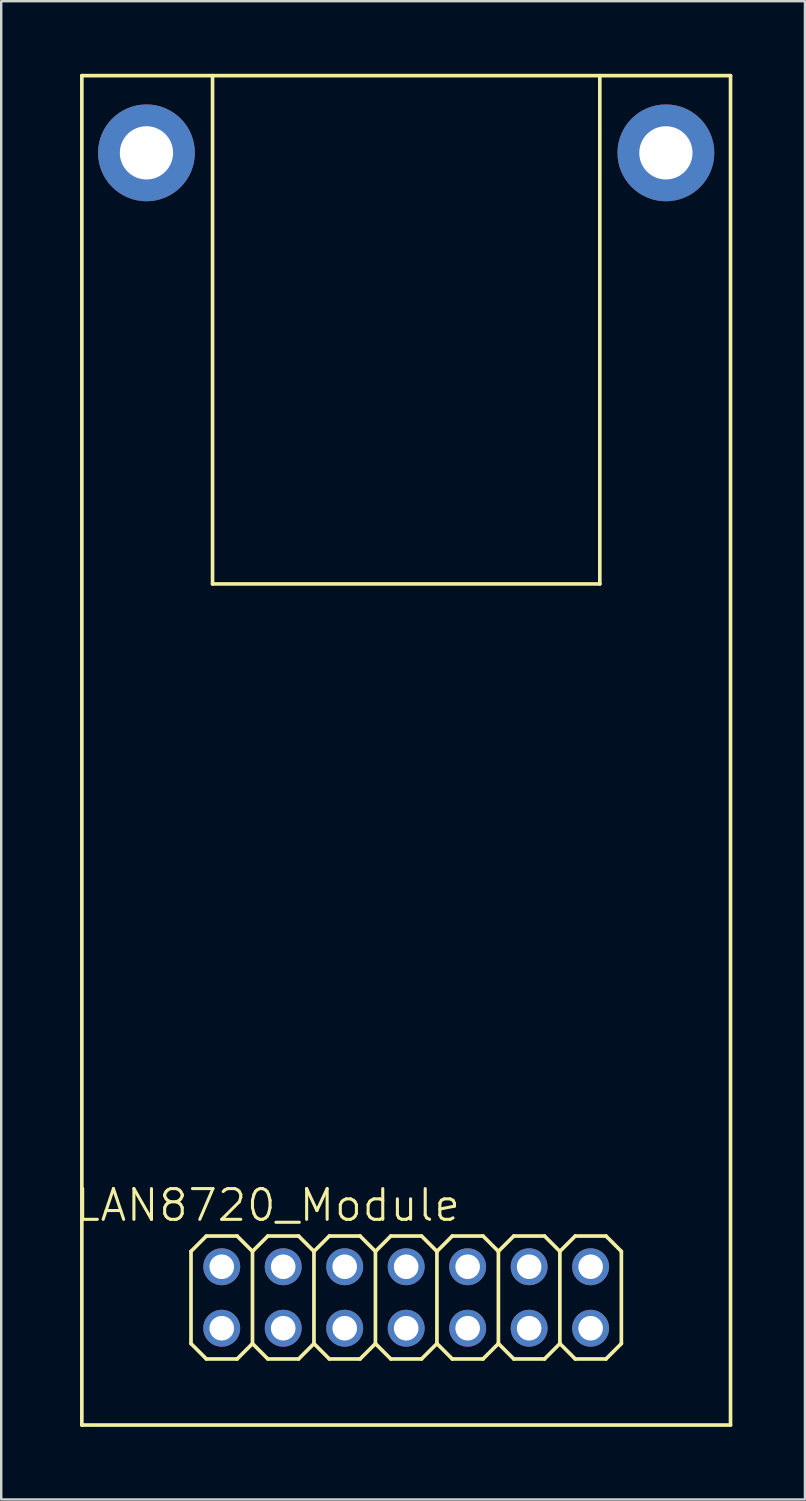
<source format=kicad_pcb>
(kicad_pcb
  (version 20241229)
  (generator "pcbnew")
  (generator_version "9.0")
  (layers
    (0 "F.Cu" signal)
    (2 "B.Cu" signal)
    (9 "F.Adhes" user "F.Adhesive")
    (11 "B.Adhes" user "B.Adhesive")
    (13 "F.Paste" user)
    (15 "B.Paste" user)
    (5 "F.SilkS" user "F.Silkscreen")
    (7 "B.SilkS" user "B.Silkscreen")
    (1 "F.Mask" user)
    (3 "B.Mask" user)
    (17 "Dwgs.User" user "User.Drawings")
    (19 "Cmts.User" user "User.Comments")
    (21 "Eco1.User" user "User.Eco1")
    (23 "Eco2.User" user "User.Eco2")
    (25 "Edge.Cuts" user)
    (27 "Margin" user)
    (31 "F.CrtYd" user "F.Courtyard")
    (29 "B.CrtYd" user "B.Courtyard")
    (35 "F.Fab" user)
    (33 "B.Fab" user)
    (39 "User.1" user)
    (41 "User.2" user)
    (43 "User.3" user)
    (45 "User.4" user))
  (footprint "LAN8720_Module"
    (layer "F.Cu")
    (at 13.731 50.555)
    (property "Reference" "LAN8720_Module" (at -5.715 -3.81 0) (layer "F.SilkS") (effects (font (size 1.27 1.27) (thickness 0.127))))
    (attr exclude_from_pos_files exclude_from_bom)
    (fp_line (start -13.4 -50.48) (end 13.4 -50.48) (stroke (width 0.15) (type solid)) (layer "F.SilkS"))
    (fp_line (start -13.4 5.27) (end -13.4 -50.48) (stroke (width 0.15) (type solid)) (layer "F.SilkS"))
    (fp_line (start -8.89 -1.905) (end -8.255 -2.54) (stroke (width 0.152) (type solid)) (layer "F.SilkS"))
    (fp_line (start -8.89 1.905) (end -8.89 -1.905) (stroke (width 0.152) (type solid)) (layer "F.SilkS"))
    (fp_line (start -8.89 1.905) (end -8.255 2.54) (stroke (width 0.152) (type solid)) (layer "F.SilkS"))
    (fp_line (start -8.255 -2.54) (end -6.985 -2.54) (stroke (width 0.152) (type solid)) (layer "F.SilkS"))
    (fp_line (start -8.255 2.54) (end -6.985 2.54) (stroke (width 0.152) (type solid)) (layer "F.SilkS"))
    (fp_line (start -8 -50.48) (end -8 -29.48) (stroke (width 0.15) (type solid)) (layer "F.SilkS"))
    (fp_line (start -8 -29.48) (end 8 -29.48) (stroke (width 0.15) (type solid)) (layer "F.SilkS"))
    (fp_line (start -6.985 -2.54) (end -6.35 -1.905) (stroke (width 0.152) (type solid)) (layer "F.SilkS"))
    (fp_line (start -6.985 2.54) (end -6.35 1.905) (stroke (width 0.152) (type solid)) (layer "F.SilkS"))
    (fp_line (start -6.35 -1.905) (end -6.35 1.905) (stroke (width 0.152) (type solid)) (layer "F.SilkS"))
    (fp_line (start -6.35 -1.905) (end -5.715 -2.54) (stroke (width 0.152) (type solid)) (layer "F.SilkS"))
    (fp_line (start -6.35 1.905) (end -5.715 2.54) (stroke (width 0.152) (type solid)) (layer "F.SilkS"))
    (fp_line (start -5.715 -2.54) (end -4.445 -2.54) (stroke (width 0.152) (type solid)) (layer "F.SilkS"))
    (fp_line (start -5.715 2.54) (end -4.445 2.54) (stroke (width 0.152) (type solid)) (layer "F.SilkS"))
    (fp_line (start -4.445 -2.54) (end -3.81 -1.905) (stroke (width 0.152) (type solid)) (layer "F.SilkS"))
    (fp_line (start -4.445 2.54) (end -3.81 1.905) (stroke (width 0.152) (type solid)) (layer "F.SilkS"))
    (fp_line (start -3.81 -1.905) (end -3.81 1.905) (stroke (width 0.152) (type solid)) (layer "F.SilkS"))
    (fp_line (start -3.81 -1.905) (end -3.175 -2.54) (stroke (width 0.152) (type solid)) (layer "F.SilkS"))
    (fp_line (start -3.81 1.905) (end -3.175 2.54) (stroke (width 0.152) (type solid)) (layer "F.SilkS"))
    (fp_line (start -3.175 -2.54) (end -1.905 -2.54) (stroke (width 0.152) (type solid)) (layer "F.SilkS"))
    (fp_line (start -3.175 2.54) (end -1.905 2.54) (stroke (width 0.152) (type solid)) (layer "F.SilkS"))
    (fp_line (start -1.905 -2.54) (end -1.27 -1.905) (stroke (width 0.152) (type solid)) (layer "F.SilkS"))
    (fp_line (start -1.905 2.54) (end -1.27 1.905) (stroke (width 0.152) (type solid)) (layer "F.SilkS"))
    (fp_line (start -1.27 -1.905) (end -1.27 1.905) (stroke (width 0.152) (type solid)) (layer "F.SilkS"))
    (fp_line (start -1.27 -1.905) (end -0.635 -2.54) (stroke (width 0.152) (type solid)) (layer "F.SilkS"))
    (fp_line (start -1.27 1.905) (end -0.635 2.54) (stroke (width 0.152) (type solid)) (layer "F.SilkS"))
    (fp_line (start -0.635 -2.54) (end 0.635 -2.54) (stroke (width 0.152) (type solid)) (layer "F.SilkS"))
    (fp_line (start -0.635 2.54) (end 0.635 2.54) (stroke (width 0.152) (type solid)) (layer "F.SilkS"))
    (fp_line (start 0.635 -2.54) (end 1.27 -1.905) (stroke (width 0.152) (type solid)) (layer "F.SilkS"))
    (fp_line (start 0.635 2.54) (end 1.27 1.905) (stroke (width 0.152) (type solid)) (layer "F.SilkS"))
    (fp_line (start 1.27 -1.905) (end 1.27 1.905) (stroke (width 0.152) (type solid)) (layer "F.SilkS"))
    (fp_line (start 1.27 -1.905) (end 1.905 -2.54) (stroke (width 0.152) (type solid)) (layer "F.SilkS"))
    (fp_line (start 1.27 1.905) (end 1.905 2.54) (stroke (width 0.152) (type solid)) (layer "F.SilkS"))
    (fp_line (start 1.905 -2.54) (end 3.175 -2.54) (stroke (width 0.152) (type solid)) (layer "F.SilkS"))
    (fp_line (start 1.905 2.54) (end 3.175 2.54) (stroke (width 0.152) (type solid)) (layer "F.SilkS"))
    (fp_line (start 3.175 -2.54) (end 3.81 -1.905) (stroke (width 0.152) (type solid)) (layer "F.SilkS"))
    (fp_line (start 3.175 2.54) (end 3.81 1.905) (stroke (width 0.152) (type solid)) (layer "F.SilkS"))
    (fp_line (start 3.81 -1.905) (end 3.81 1.905) (stroke (width 0.152) (type solid)) (layer "F.SilkS"))
    (fp_line (start 3.81 -1.905) (end 4.445 -2.54) (stroke (width 0.152) (type solid)) (layer "F.SilkS"))
    (fp_line (start 3.81 1.905) (end 4.445 2.54) (stroke (width 0.152) (type solid)) (layer "F.SilkS"))
    (fp_line (start 4.445 -2.54) (end 5.715 -2.54) (stroke (width 0.152) (type solid)) (layer "F.SilkS"))
    (fp_line (start 4.445 2.54) (end 5.715 2.54) (stroke (width 0.152) (type solid)) (layer "F.SilkS"))
    (fp_line (start 5.715 -2.54) (end 6.35 -1.905) (stroke (width 0.152) (type solid)) (layer "F.SilkS"))
    (fp_line (start 5.715 2.54) (end 6.35 1.905) (stroke (width 0.152) (type solid)) (layer "F.SilkS"))
    (fp_line (start 6.35 -1.905) (end 6.35 1.905) (stroke (width 0.152) (type solid)) (layer "F.SilkS"))
    (fp_line (start 6.35 -1.905) (end 6.985 -2.54) (stroke (width 0.152) (type solid)) (layer "F.SilkS"))
    (fp_line (start 6.35 1.905) (end 6.985 2.54) (stroke (width 0.152) (type solid)) (layer "F.SilkS"))
    (fp_line (start 6.985 -2.54) (end 8.255 -2.54) (stroke (width 0.152) (type solid)) (layer "F.SilkS"))
    (fp_line (start 6.985 2.54) (end 8.255 2.54) (stroke (width 0.152) (type solid)) (layer "F.SilkS"))
    (fp_line (start 8 -50.48) (end 8 -29.48) (stroke (width 0.15) (type solid)) (layer "F.SilkS"))
    (fp_line (start 8.255 -2.54) (end 8.89 -1.905) (stroke (width 0.152) (type solid)) (layer "F.SilkS"))
    (fp_line (start 8.255 2.54) (end 8.89 1.905) (stroke (width 0.152) (type solid)) (layer "F.SilkS"))
    (fp_line (start 8.89 -1.905) (end 8.89 1.905) (stroke (width 0.152) (type solid)) (layer "F.SilkS"))
    (fp_line (start 13.4 -50.48) (end 13.4 5.27) (stroke (width 0.15) (type solid)) (layer "F.SilkS"))
    (fp_line (start 13.4 5.27) (end -13.4 5.27) (stroke (width 0.15) (type solid)) (layer "F.SilkS"))
    (fp_line (start -7.874 -1.524) (end -7.366 -1.524) (stroke (width 0.066) (type solid)) (layer "Dwgs.User"))
    (fp_line (start -7.874 -1.016) (end -7.874 -1.524) (stroke (width 0.066) (type solid)) (layer "Dwgs.User"))
    (fp_line (start -7.874 -1.016) (end -7.366 -1.016) (stroke (width 0.066) (type solid)) (layer "Dwgs.User"))
    (fp_line (start -7.874 1.016) (end -7.366 1.016) (stroke (width 0.066) (type solid)) (layer "Dwgs.User"))
    (fp_line (start -7.874 1.524) (end -7.874 1.016) (stroke (width 0.066) (type solid)) (layer "Dwgs.User"))
    (fp_line (start -7.874 1.524) (end -7.366 1.524) (stroke (width 0.066) (type solid)) (layer "Dwgs.User"))
    (fp_line (start -7.366 -1.016) (end -7.366 -1.524) (stroke (width 0.066) (type solid)) (layer "Dwgs.User"))
    (fp_line (start -7.366 1.524) (end -7.366 1.016) (stroke (width 0.066) (type solid)) (layer "Dwgs.User"))
    (fp_line (start -5.334 -1.524) (end -4.826 -1.524) (stroke (width 0.066) (type solid)) (layer "Dwgs.User"))
    (fp_line (start -5.334 -1.016) (end -5.334 -1.524) (stroke (width 0.066) (type solid)) (layer "Dwgs.User"))
    (fp_line (start -5.334 -1.016) (end -4.826 -1.016) (stroke (width 0.066) (type solid)) (layer "Dwgs.User"))
    (fp_line (start -5.334 1.016) (end -4.826 1.016) (stroke (width 0.066) (type solid)) (layer "Dwgs.User"))
    (fp_line (start -5.334 1.524) (end -5.334 1.016) (stroke (width 0.066) (type solid)) (layer "Dwgs.User"))
    (fp_line (start -5.334 1.524) (end -4.826 1.524) (stroke (width 0.066) (type solid)) (layer "Dwgs.User"))
    (fp_line (start -4.826 -1.016) (end -4.826 -1.524) (stroke (width 0.066) (type solid)) (layer "Dwgs.User"))
    (fp_line (start -4.826 1.524) (end -4.826 1.016) (stroke (width 0.066) (type solid)) (layer "Dwgs.User"))
    (fp_line (start -2.794 -1.524) (end -2.286 -1.524) (stroke (width 0.066) (type solid)) (layer "Dwgs.User"))
    (fp_line (start -2.794 -1.016) (end -2.794 -1.524) (stroke (width 0.066) (type solid)) (layer "Dwgs.User"))
    (fp_line (start -2.794 -1.016) (end -2.286 -1.016) (stroke (width 0.066) (type solid)) (layer "Dwgs.User"))
    (fp_line (start -2.794 1.016) (end -2.286 1.016) (stroke (width 0.066) (type solid)) (layer "Dwgs.User"))
    (fp_line (start -2.794 1.524) (end -2.794 1.016) (stroke (width 0.066) (type solid)) (layer "Dwgs.User"))
    (fp_line (start -2.794 1.524) (end -2.286 1.524) (stroke (width 0.066) (type solid)) (layer "Dwgs.User"))
    (fp_line (start -2.286 -1.016) (end -2.286 -1.524) (stroke (width 0.066) (type solid)) (layer "Dwgs.User"))
    (fp_line (start -2.286 1.524) (end -2.286 1.016) (stroke (width 0.066) (type solid)) (layer "Dwgs.User"))
    (fp_line (start -0.254 -1.524) (end 0.254 -1.524) (stroke (width 0.066) (type solid)) (layer "Dwgs.User"))
    (fp_line (start -0.254 -1.016) (end -0.254 -1.524) (stroke (width 0.066) (type solid)) (layer "Dwgs.User"))
    (fp_line (start -0.254 -1.016) (end 0.254 -1.016) (stroke (width 0.066) (type solid)) (layer "Dwgs.User"))
    (fp_line (start -0.254 1.016) (end 0.254 1.016) (stroke (width 0.066) (type solid)) (layer "Dwgs.User"))
    (fp_line (start -0.254 1.524) (end -0.254 1.016) (stroke (width 0.066) (type solid)) (layer "Dwgs.User"))
    (fp_line (start -0.254 1.524) (end 0.254 1.524) (stroke (width 0.066) (type solid)) (layer "Dwgs.User"))
    (fp_line (start 0.254 -1.016) (end 0.254 -1.524) (stroke (width 0.066) (type solid)) (layer "Dwgs.User"))
    (fp_line (start 0.254 1.524) (end 0.254 1.016) (stroke (width 0.066) (type solid)) (layer "Dwgs.User"))
    (fp_line (start 2.286 -1.524) (end 2.794 -1.524) (stroke (width 0.066) (type solid)) (layer "Dwgs.User"))
    (fp_line (start 2.286 -1.016) (end 2.286 -1.524) (stroke (width 0.066) (type solid)) (layer "Dwgs.User"))
    (fp_line (start 2.286 -1.016) (end 2.794 -1.016) (stroke (width 0.066) (type solid)) (layer "Dwgs.User"))
    (fp_line (start 2.286 1.016) (end 2.794 1.016) (stroke (width 0.066) (type solid)) (layer "Dwgs.User"))
    (fp_line (start 2.286 1.524) (end 2.286 1.016) (stroke (width 0.066) (type solid)) (layer "Dwgs.User"))
    (fp_line (start 2.286 1.524) (end 2.794 1.524) (stroke (width 0.066) (type solid)) (layer "Dwgs.User"))
    (fp_line (start 2.794 -1.016) (end 2.794 -1.524) (stroke (width 0.066) (type solid)) (layer "Dwgs.User"))
    (fp_line (start 2.794 1.524) (end 2.794 1.016) (stroke (width 0.066) (type solid)) (layer "Dwgs.User"))
    (fp_line (start 4.826 -1.524) (end 5.334 -1.524) (stroke (width 0.066) (type solid)) (layer "Dwgs.User"))
    (fp_line (start 4.826 -1.016) (end 4.826 -1.524) (stroke (width 0.066) (type solid)) (layer "Dwgs.User"))
    (fp_line (start 4.826 -1.016) (end 5.334 -1.016) (stroke (width 0.066) (type solid)) (layer "Dwgs.User"))
    (fp_line (start 4.826 1.016) (end 5.334 1.016) (stroke (width 0.066) (type solid)) (layer "Dwgs.User"))
    (fp_line (start 4.826 1.524) (end 4.826 1.016) (stroke (width 0.066) (type solid)) (layer "Dwgs.User"))
    (fp_line (start 4.826 1.524) (end 5.334 1.524) (stroke (width 0.066) (type solid)) (layer "Dwgs.User"))
    (fp_line (start 5.334 -1.016) (end 5.334 -1.524) (stroke (width 0.066) (type solid)) (layer "Dwgs.User"))
    (fp_line (start 5.334 1.524) (end 5.334 1.016) (stroke (width 0.066) (type solid)) (layer "Dwgs.User"))
    (fp_line (start 7.366 -1.524) (end 7.874 -1.524) (stroke (width 0.066) (type solid)) (layer "Dwgs.User"))
    (fp_line (start 7.366 -1.016) (end 7.366 -1.524) (stroke (width 0.066) (type solid)) (layer "Dwgs.User"))
    (fp_line (start 7.366 -1.016) (end 7.874 -1.016) (stroke (width 0.066) (type solid)) (layer "Dwgs.User"))
    (fp_line (start 7.366 1.016) (end 7.874 1.016) (stroke (width 0.066) (type solid)) (layer "Dwgs.User"))
    (fp_line (start 7.366 1.524) (end 7.366 1.016) (stroke (width 0.066) (type solid)) (layer "Dwgs.User"))
    (fp_line (start 7.366 1.524) (end 7.874 1.524) (stroke (width 0.066) (type solid)) (layer "Dwgs.User"))
    (fp_line (start 7.874 -1.016) (end 7.874 -1.524) (stroke (width 0.066) (type solid)) (layer "Dwgs.User"))
    (fp_line (start 7.874 1.524) (end 7.874 1.016) (stroke (width 0.066) (type solid)) (layer "Dwgs.User"))
    (pad "1" thru_hole circle (at -7.62 1.27) (size 1.524 1.524) (drill 1.016) (layers "*.Cu" "*.Paste" "*.Mask"))
    (pad "2" thru_hole circle (at -7.62 -1.27) (size 1.524 1.524) (drill 1.016) (layers "*.Cu" "*.Paste" "*.Mask"))
    (pad "3" thru_hole circle (at -5.08 1.27) (size 1.524 1.524) (drill 1.016) (layers "*.Cu" "*.Paste" "*.Mask"))
    (pad "4" thru_hole circle (at -5.08 -1.27) (size 1.524 1.524) (drill 1.016) (layers "*.Cu" "*.Paste" "*.Mask"))
    (pad "5" thru_hole circle (at -2.54 1.27) (size 1.524 1.524) (drill 1.016) (layers "*.Cu" "*.Paste" "*.Mask"))
    (pad "6" thru_hole circle (at -2.54 -1.27) (size 1.524 1.524) (drill 1.016) (layers "*.Cu" "*.Paste" "*.Mask"))
    (pad "7" thru_hole circle (at 0 1.27) (size 1.524 1.524) (drill 1.016) (layers "*.Cu" "*.Paste" "*.Mask"))
    (pad "8" thru_hole circle (at 0 -1.27) (size 1.524 1.524) (drill 1.016) (layers "*.Cu" "*.Paste" "*.Mask"))
    (pad "9" thru_hole circle (at 2.54 1.27) (size 1.524 1.524) (drill 1.016) (layers "*.Cu" "*.Paste" "*.Mask"))
    (pad "10" thru_hole circle (at 2.54 -1.27) (size 1.524 1.524) (drill 1.016) (layers "*.Cu" "*.Paste" "*.Mask"))
    (pad "11" thru_hole circle (at 5.08 1.27) (size 1.524 1.524) (drill 1.016) (layers "*.Cu" "*.Paste" "*.Mask"))
    (pad "12" thru_hole circle (at 5.08 -1.27) (size 1.524 1.524) (drill 1.016) (layers "*.Cu" "*.Paste" "*.Mask"))
    (pad "13" thru_hole circle (at 7.62 1.27) (size 1.524 1.524) (drill 1.016) (layers "*.Cu" "*.Paste" "*.Mask"))
    (pad "14" thru_hole circle (at 7.62 -1.27) (size 1.524 1.524) (drill 1.016) (layers "*.Cu" "*.Paste" "*.Mask"))
    (pad "15" thru_hole circle (at -10.73 -47.29) (size 4 4) (drill 2.2) (layers "*.Cu" "*.Mask"))
    (pad "15" thru_hole circle (at 10.73 -47.29) (size 4 4) (drill 2.2) (layers "*.Cu" "*.Mask")))
  (gr_rect
    (start -3 -3)
    (end 30.206 58.9)
    (stroke (width 0.1) (type default))
    (fill no)
    (layer "Edge.Cuts")))
</source>
